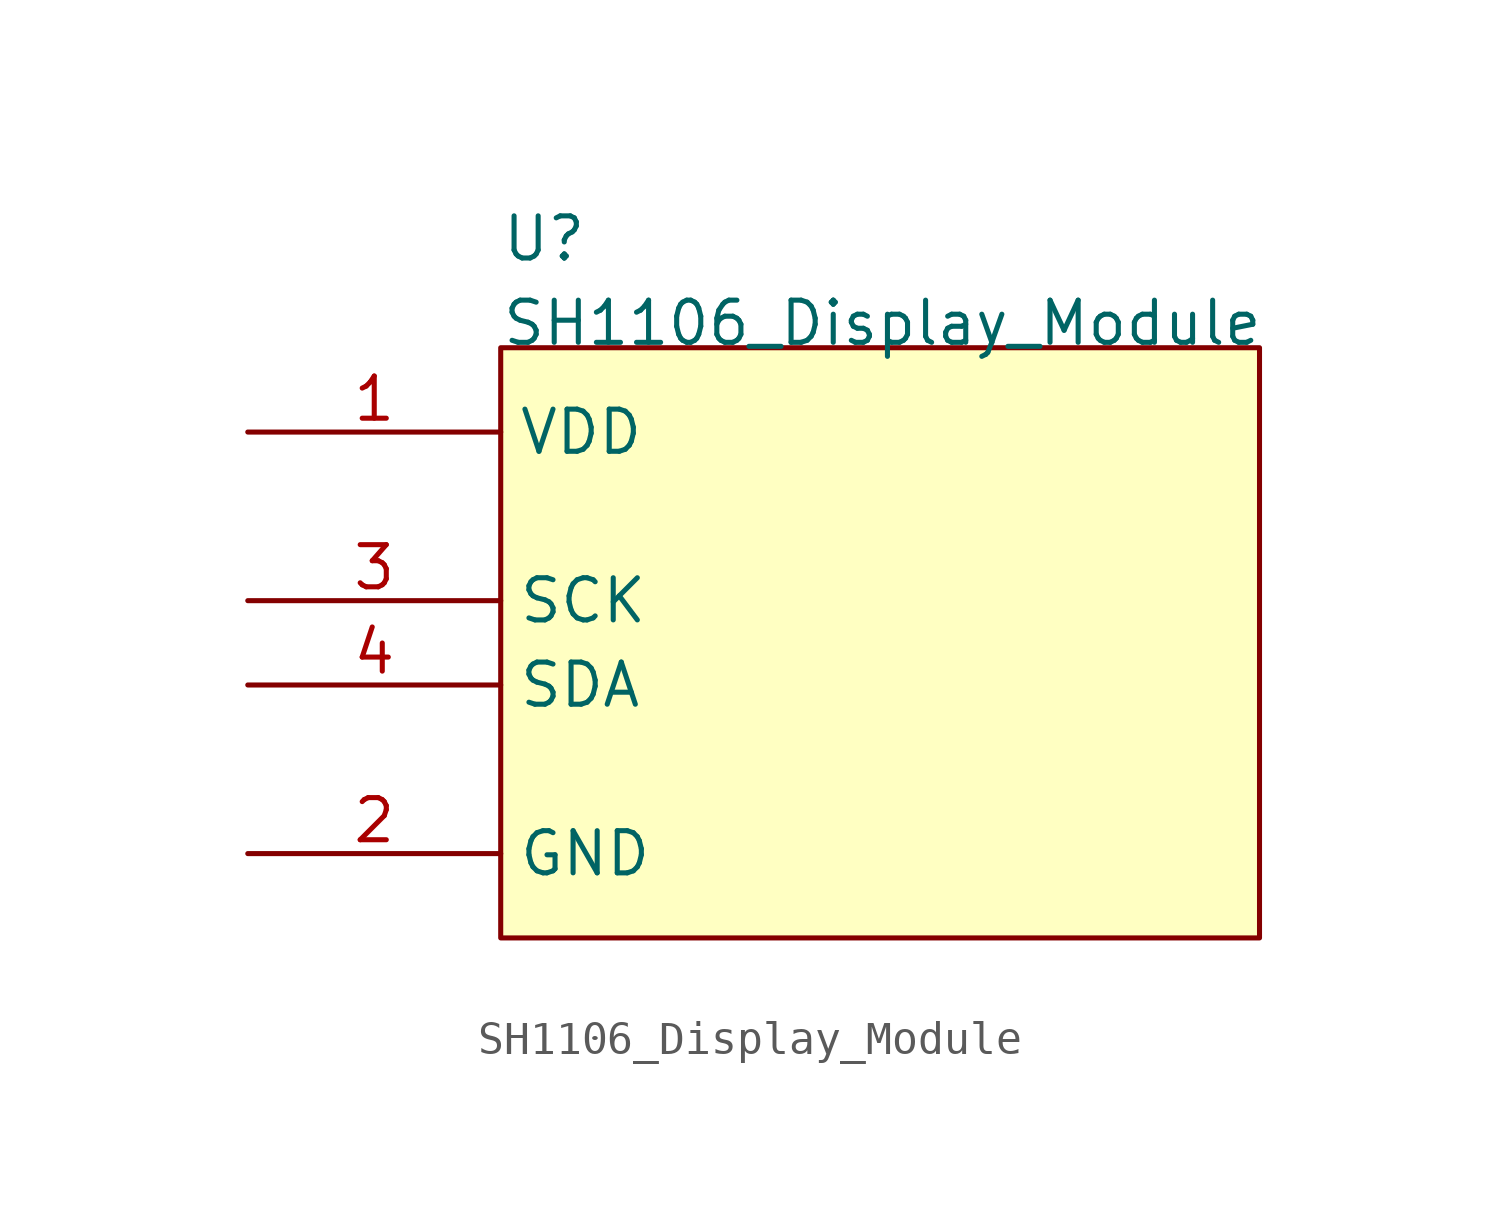
<source format=kicad_sym>
(kicad_symbol_lib
  (version 20211014)
  (generator kicad_symbol_editor)
  (symbol "SH1106_Display_Module"
    (property "Reference" "U"
      (at 0 5.08 0)
      (effects (font (size 1.27 1.27)) (justify left bottom)))
    (property "Value" "SH1106_Display_Module"
      (at 0 2.54 0)
      (effects (font (size 1.27 1.27)) (justify left bottom)))
    (symbol "SH1106_Display_Module_0_0"
      (rectangle (start 0 2.54) (end 22.86 -15.24) (stroke (width 0) (type default) (color 0 0 0 0)) (fill (type background))))
    (symbol "SH1106_Display_Module_1_1"
      (pin power_in line (at -7.62 0 0) (length 7.62) (name "VDD" (effects (font (size 1.27 1.27)))) (number "1" (effects (font (size 1.27 1.27)))))
      (pin power_in line (at -7.62 -12.7 0) (length 7.62) (name "GND" (effects (font (size 1.27 1.27)))) (number "2" (effects (font (size 1.27 1.27)))))
      (pin input line (at -7.62 -5.08 0) (length 7.62) (name "SCK" (effects (font (size 1.27 1.27)))) (number "3" (effects (font (size 1.27 1.27)))))
      (pin bidirectional line (at -7.62 -7.62 0) (length 7.62) (name "SDA" (effects (font (size 1.27 1.27)))) (number "4" (effects (font (size 1.27 1.27))))))))
</source>
